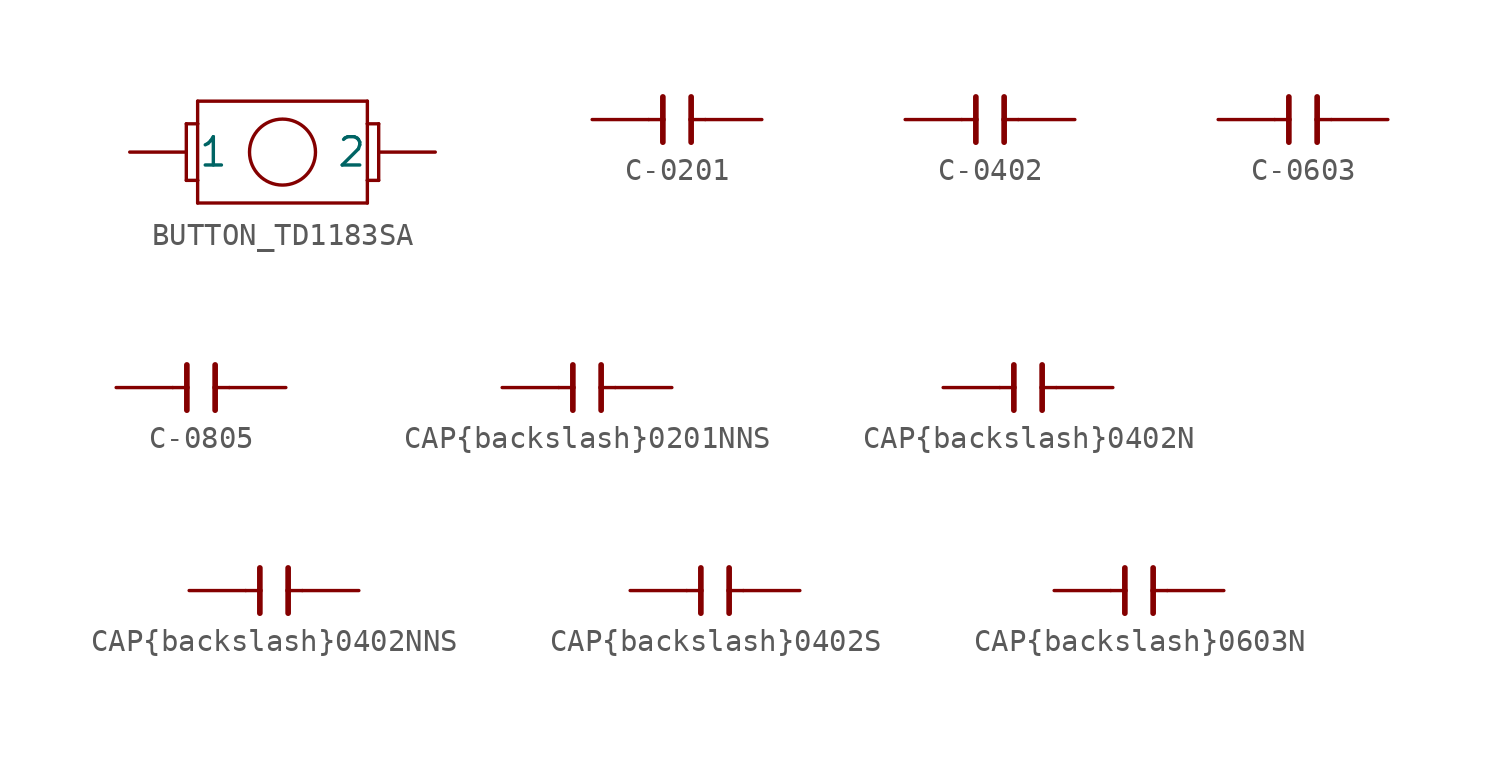
<source format=kicad_sym>
(kicad_symbol_lib
  (version 20220914)
  (generator kicad_symbol_editor)
  (symbol "BUTTON_TD1183SA"
    (property "Reference" "J"
      (at -3.048 3.556 0)
      (effects (font (size 1.27 1.079)) (justify left bottom) hide))
    (property "ki_locked" ""
      (at 0 0 0)
      (effects (font (size 1.27 1.27))))
    (symbol "BUTTON_TD1183SA_1_0"
      (polyline (pts (xy -4.318 -1.27) (xy -3.81 -1.27)) (stroke (width 0.152) (type solid)) (fill (type none)))
      (polyline (pts (xy -4.318 1.27) (xy -4.318 -1.27)) (stroke (width 0.152) (type solid)) (fill (type none)))
      (polyline (pts (xy -3.81 -2.286) (xy -3.81 -1.27)) (stroke (width 0.152) (type solid)) (fill (type none)))
      (polyline (pts (xy -3.81 -1.27) (xy -3.81 1.27)) (stroke (width 0.152) (type solid)) (fill (type none)))
      (polyline (pts (xy -3.81 1.27) (xy -4.318 1.27)) (stroke (width 0.152) (type solid)) (fill (type none)))
      (polyline (pts (xy -3.81 1.27) (xy -3.81 2.286)) (stroke (width 0.152) (type solid)) (fill (type none)))
      (polyline (pts (xy -3.81 2.286) (xy 3.81 2.286)) (stroke (width 0.152) (type solid)) (fill (type none)))
      (polyline (pts (xy 3.81 -2.286) (xy -3.81 -2.286)) (stroke (width 0.152) (type solid)) (fill (type none)))
      (polyline (pts (xy 3.81 -1.27) (xy 3.81 -2.286)) (stroke (width 0.152) (type solid)) (fill (type none)))
      (polyline (pts (xy 3.81 1.27) (xy 3.81 -1.27)) (stroke (width 0.152) (type solid)) (fill (type none)))
      (polyline (pts (xy 3.81 1.27) (xy 4.318 1.27)) (stroke (width 0.152) (type solid)) (fill (type none)))
      (polyline (pts (xy 3.81 2.286) (xy 3.81 1.27)) (stroke (width 0.152) (type solid)) (fill (type none)))
      (polyline (pts (xy 4.318 -1.27) (xy 3.81 -1.27)) (stroke (width 0.152) (type solid)) (fill (type none)))
      (polyline (pts (xy 4.318 1.27) (xy 4.318 -1.27)) (stroke (width 0.152) (type solid)) (fill (type none)))
      (circle (center 0 0) (radius 1.481) (stroke (width 0.152) (type solid)) (fill (type none)))
      (pin bidirectional line (at -6.858 0 0) (length 2.54) (name "1" (effects (font (size 1.27 1.27)))) (number "1" (effects (font (size 0 0)))))
      (pin bidirectional line (at 6.858 0 180) (length 2.54) (name "2" (effects (font (size 1.27 1.27)))) (number "2" (effects (font (size 0 0)))))))
  (symbol "C-0201"
    (property "Reference" "C"
      (at -2.54 0 0)
      (effects (font (size 0.635 0.54)) (justify left bottom) hide))
    (property "ki_locked" ""
      (at 0 0 0)
      (effects (font (size 1.27 1.27))))
    (symbol "C-0201_1_0"
      (polyline (pts (xy -1.27 0) (xy -0.635 0)) (stroke (width 0.152) (type solid)) (fill (type none)))
      (polyline (pts (xy -0.635 -1.016) (xy -0.635 0)) (stroke (width 0.254) (type solid)) (fill (type none)))
      (polyline (pts (xy -0.635 0) (xy -0.635 1.016)) (stroke (width 0.254) (type solid)) (fill (type none)))
      (polyline (pts (xy 0.635 0) (xy 0.635 -1.016)) (stroke (width 0.254) (type solid)) (fill (type none)))
      (polyline (pts (xy 0.635 0) (xy 1.27 0)) (stroke (width 0.152) (type solid)) (fill (type none)))
      (polyline (pts (xy 0.635 1.016) (xy 0.635 0)) (stroke (width 0.254) (type solid)) (fill (type none)))
      (pin passive line (at -3.81 0 0) (length 2.54) (name "1" (effects (font (size 0 0)))) (number "1" (effects (font (size 0 0)))))
      (pin passive line (at 3.81 0 180) (length 2.54) (name "2" (effects (font (size 0 0)))) (number "2" (effects (font (size 0 0)))))))
  (symbol "C-0402"
    (property "Reference" "C"
      (at -2.54 0 0)
      (effects (font (size 0.635 0.54)) (justify left bottom) hide))
    (property "ki_locked" ""
      (at 0 0 0)
      (effects (font (size 1.27 1.27))))
    (symbol "C-0402_1_0"
      (polyline (pts (xy -1.27 0) (xy -0.635 0)) (stroke (width 0.152) (type solid)) (fill (type none)))
      (polyline (pts (xy -0.635 -1.016) (xy -0.635 0)) (stroke (width 0.254) (type solid)) (fill (type none)))
      (polyline (pts (xy -0.635 0) (xy -0.635 1.016)) (stroke (width 0.254) (type solid)) (fill (type none)))
      (polyline (pts (xy 0.635 0) (xy 0.635 -1.016)) (stroke (width 0.254) (type solid)) (fill (type none)))
      (polyline (pts (xy 0.635 0) (xy 1.27 0)) (stroke (width 0.152) (type solid)) (fill (type none)))
      (polyline (pts (xy 0.635 1.016) (xy 0.635 0)) (stroke (width 0.254) (type solid)) (fill (type none)))
      (pin passive line (at -3.81 0 0) (length 2.54) (name "1" (effects (font (size 0 0)))) (number "1" (effects (font (size 0 0)))))
      (pin passive line (at 3.81 0 180) (length 2.54) (name "2" (effects (font (size 0 0)))) (number "2" (effects (font (size 0 0)))))))
  (symbol "C-0603"
    (property "Reference" "C"
      (at -2.54 0 0)
      (effects (font (size 0.635 0.54)) (justify left bottom) hide))
    (property "ki_locked" ""
      (at 0 0 0)
      (effects (font (size 1.27 1.27))))
    (symbol "C-0603_1_0"
      (polyline (pts (xy -1.27 0) (xy -0.635 0)) (stroke (width 0.152) (type solid)) (fill (type none)))
      (polyline (pts (xy -0.635 -1.016) (xy -0.635 0)) (stroke (width 0.254) (type solid)) (fill (type none)))
      (polyline (pts (xy -0.635 0) (xy -0.635 1.016)) (stroke (width 0.254) (type solid)) (fill (type none)))
      (polyline (pts (xy 0.635 0) (xy 0.635 -1.016)) (stroke (width 0.254) (type solid)) (fill (type none)))
      (polyline (pts (xy 0.635 0) (xy 1.27 0)) (stroke (width 0.152) (type solid)) (fill (type none)))
      (polyline (pts (xy 0.635 1.016) (xy 0.635 0)) (stroke (width 0.254) (type solid)) (fill (type none)))
      (pin passive line (at -3.81 0 0) (length 2.54) (name "1" (effects (font (size 0 0)))) (number "1" (effects (font (size 0 0)))))
      (pin passive line (at 3.81 0 180) (length 2.54) (name "2" (effects (font (size 0 0)))) (number "2" (effects (font (size 0 0)))))))
  (symbol "C-0805"
    (property "Reference" "C"
      (at -2.54 0 0)
      (effects (font (size 0.635 0.54)) (justify left bottom) hide))
    (property "ki_locked" ""
      (at 0 0 0)
      (effects (font (size 1.27 1.27))))
    (symbol "C-0805_1_0"
      (polyline (pts (xy -1.27 0) (xy -0.635 0)) (stroke (width 0.152) (type solid)) (fill (type none)))
      (polyline (pts (xy -0.635 -1.016) (xy -0.635 0)) (stroke (width 0.254) (type solid)) (fill (type none)))
      (polyline (pts (xy -0.635 0) (xy -0.635 1.016)) (stroke (width 0.254) (type solid)) (fill (type none)))
      (polyline (pts (xy 0.635 0) (xy 0.635 -1.016)) (stroke (width 0.254) (type solid)) (fill (type none)))
      (polyline (pts (xy 0.635 0) (xy 1.27 0)) (stroke (width 0.152) (type solid)) (fill (type none)))
      (polyline (pts (xy 0.635 1.016) (xy 0.635 0)) (stroke (width 0.254) (type solid)) (fill (type none)))
      (pin passive line (at -3.81 0 0) (length 2.54) (name "1" (effects (font (size 0 0)))) (number "1" (effects (font (size 0 0)))))
      (pin passive line (at 3.81 0 180) (length 2.54) (name "2" (effects (font (size 0 0)))) (number "2" (effects (font (size 0 0)))))))
  (symbol "CAP{backslash}0201NNS"
    (property "Reference" "C"
      (at -3.81 0.635 0)
      (effects (font (size 0.889 0.756)) (justify left bottom) hide))
    (property "ki_locked" ""
      (at 0 0 0)
      (effects (font (size 1.27 1.27))))
    (symbol "CAP{backslash}0201NNS_1_0"
      (polyline (pts (xy -1.27 0) (xy -0.635 0)) (stroke (width 0.152) (type solid)) (fill (type none)))
      (polyline (pts (xy -0.635 -1.016) (xy -0.635 0)) (stroke (width 0.254) (type solid)) (fill (type none)))
      (polyline (pts (xy -0.635 0) (xy -0.635 1.016)) (stroke (width 0.254) (type solid)) (fill (type none)))
      (polyline (pts (xy 0.635 0) (xy 0.635 -1.016)) (stroke (width 0.254) (type solid)) (fill (type none)))
      (polyline (pts (xy 0.635 0) (xy 1.27 0)) (stroke (width 0.152) (type solid)) (fill (type none)))
      (polyline (pts (xy 0.635 1.016) (xy 0.635 0)) (stroke (width 0.254) (type solid)) (fill (type none)))
      (pin passive line (at -3.81 0 0) (length 2.54) (name "1" (effects (font (size 0 0)))) (number "1" (effects (font (size 0 0)))))
      (pin passive line (at 3.81 0 180) (length 2.54) (name "2" (effects (font (size 0 0)))) (number "2" (effects (font (size 0 0)))))))
  (symbol "CAP{backslash}0402N"
    (property "Reference" "C"
      (at -3.81 0.635 0)
      (effects (font (size 0.889 0.756)) (justify left bottom) hide))
    (property "ki_locked" ""
      (at 0 0 0)
      (effects (font (size 1.27 1.27))))
    (symbol "CAP{backslash}0402N_1_0"
      (polyline (pts (xy -1.27 0) (xy -0.635 0)) (stroke (width 0.152) (type solid)) (fill (type none)))
      (polyline (pts (xy -0.635 -1.016) (xy -0.635 0)) (stroke (width 0.254) (type solid)) (fill (type none)))
      (polyline (pts (xy -0.635 0) (xy -0.635 1.016)) (stroke (width 0.254) (type solid)) (fill (type none)))
      (polyline (pts (xy 0.635 0) (xy 0.635 -1.016)) (stroke (width 0.254) (type solid)) (fill (type none)))
      (polyline (pts (xy 0.635 0) (xy 1.27 0)) (stroke (width 0.152) (type solid)) (fill (type none)))
      (polyline (pts (xy 0.635 1.016) (xy 0.635 0)) (stroke (width 0.254) (type solid)) (fill (type none)))
      (pin passive line (at -3.81 0 0) (length 2.54) (name "1" (effects (font (size 0 0)))) (number "1" (effects (font (size 0 0)))))
      (pin passive line (at 3.81 0 180) (length 2.54) (name "2" (effects (font (size 0 0)))) (number "2" (effects (font (size 0 0)))))))
  (symbol "CAP{backslash}0402NNS"
    (property "Reference" "C"
      (at -3.81 0.635 0)
      (effects (font (size 0.889 0.756)) (justify left bottom) hide))
    (property "ki_locked" ""
      (at 0 0 0)
      (effects (font (size 1.27 1.27))))
    (symbol "CAP{backslash}0402NNS_1_0"
      (polyline (pts (xy -1.27 0) (xy -0.635 0)) (stroke (width 0.152) (type solid)) (fill (type none)))
      (polyline (pts (xy -0.635 -1.016) (xy -0.635 0)) (stroke (width 0.254) (type solid)) (fill (type none)))
      (polyline (pts (xy -0.635 0) (xy -0.635 1.016)) (stroke (width 0.254) (type solid)) (fill (type none)))
      (polyline (pts (xy 0.635 0) (xy 0.635 -1.016)) (stroke (width 0.254) (type solid)) (fill (type none)))
      (polyline (pts (xy 0.635 0) (xy 1.27 0)) (stroke (width 0.152) (type solid)) (fill (type none)))
      (polyline (pts (xy 0.635 1.016) (xy 0.635 0)) (stroke (width 0.254) (type solid)) (fill (type none)))
      (pin passive line (at -3.81 0 0) (length 2.54) (name "1" (effects (font (size 0 0)))) (number "1" (effects (font (size 0 0)))))
      (pin passive line (at 3.81 0 180) (length 2.54) (name "2" (effects (font (size 0 0)))) (number "2" (effects (font (size 0 0)))))))
  (symbol "CAP{backslash}0402S"
    (property "Reference" "C"
      (at -3.81 0.635 0)
      (effects (font (size 0.889 0.756)) (justify left bottom) hide))
    (property "ki_locked" ""
      (at 0 0 0)
      (effects (font (size 1.27 1.27))))
    (symbol "CAP{backslash}0402S_1_0"
      (polyline (pts (xy -1.27 0) (xy -0.635 0)) (stroke (width 0.152) (type solid)) (fill (type none)))
      (polyline (pts (xy -0.635 -1.016) (xy -0.635 0)) (stroke (width 0.254) (type solid)) (fill (type none)))
      (polyline (pts (xy -0.635 0) (xy -0.635 1.016)) (stroke (width 0.254) (type solid)) (fill (type none)))
      (polyline (pts (xy 0.635 0) (xy 0.635 -1.016)) (stroke (width 0.254) (type solid)) (fill (type none)))
      (polyline (pts (xy 0.635 0) (xy 1.27 0)) (stroke (width 0.152) (type solid)) (fill (type none)))
      (polyline (pts (xy 0.635 1.016) (xy 0.635 0)) (stroke (width 0.254) (type solid)) (fill (type none)))
      (pin passive line (at -3.81 0 0) (length 2.54) (name "1" (effects (font (size 0 0)))) (number "1" (effects (font (size 0 0)))))
      (pin passive line (at 3.81 0 180) (length 2.54) (name "2" (effects (font (size 0 0)))) (number "2" (effects (font (size 0 0)))))))
  (symbol "CAP{backslash}0603N"
    (property "Reference" "C"
      (at -3.81 0.635 0)
      (effects (font (size 0.889 0.756)) (justify left bottom) hide))
    (property "ki_locked" ""
      (at 0 0 0)
      (effects (font (size 1.27 1.27))))
    (symbol "CAP{backslash}0603N_1_0"
      (polyline (pts (xy -1.27 0) (xy -0.635 0)) (stroke (width 0.152) (type solid)) (fill (type none)))
      (polyline (pts (xy -0.635 -1.016) (xy -0.635 0)) (stroke (width 0.254) (type solid)) (fill (type none)))
      (polyline (pts (xy -0.635 0) (xy -0.635 1.016)) (stroke (width 0.254) (type solid)) (fill (type none)))
      (polyline (pts (xy 0.635 0) (xy 0.635 -1.016)) (stroke (width 0.254) (type solid)) (fill (type none)))
      (polyline (pts (xy 0.635 0) (xy 1.27 0)) (stroke (width 0.152) (type solid)) (fill (type none)))
      (polyline (pts (xy 0.635 1.016) (xy 0.635 0)) (stroke (width 0.254) (type solid)) (fill (type none)))
      (pin passive line (at -3.81 0 0) (length 2.54) (name "1" (effects (font (size 0 0)))) (number "1" (effects (font (size 0 0)))))
      (pin passive line (at 3.81 0 180) (length 2.54) (name "2" (effects (font (size 0 0)))) (number "2" (effects (font (size 0 0))))))))
</source>
